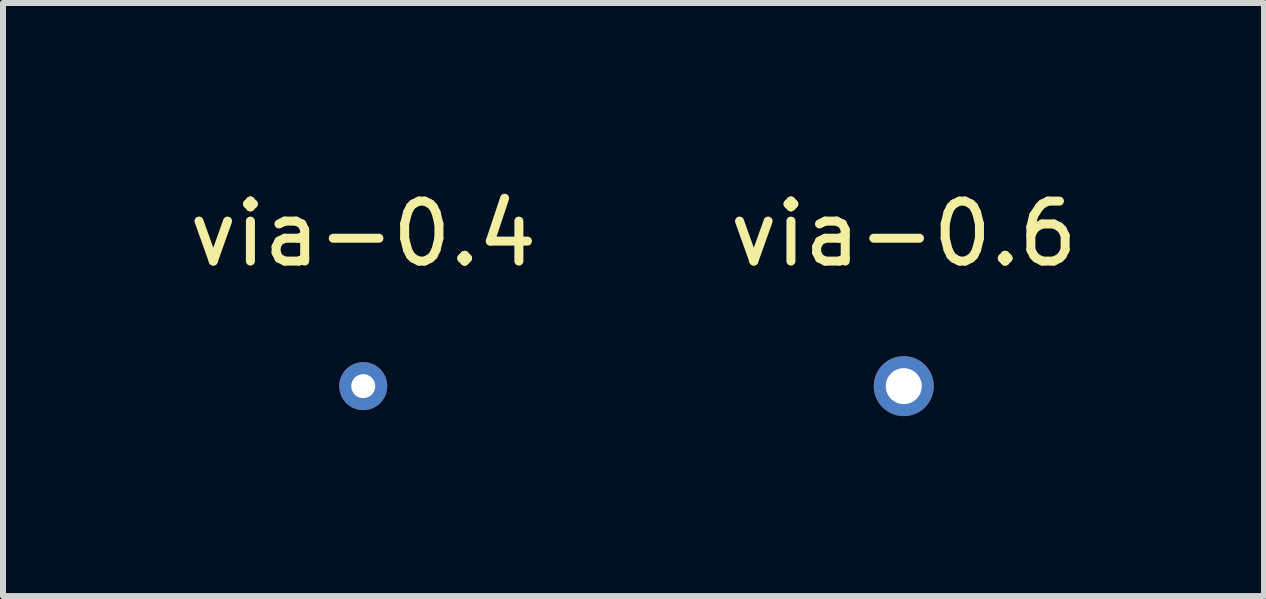
<source format=kicad_pcb>
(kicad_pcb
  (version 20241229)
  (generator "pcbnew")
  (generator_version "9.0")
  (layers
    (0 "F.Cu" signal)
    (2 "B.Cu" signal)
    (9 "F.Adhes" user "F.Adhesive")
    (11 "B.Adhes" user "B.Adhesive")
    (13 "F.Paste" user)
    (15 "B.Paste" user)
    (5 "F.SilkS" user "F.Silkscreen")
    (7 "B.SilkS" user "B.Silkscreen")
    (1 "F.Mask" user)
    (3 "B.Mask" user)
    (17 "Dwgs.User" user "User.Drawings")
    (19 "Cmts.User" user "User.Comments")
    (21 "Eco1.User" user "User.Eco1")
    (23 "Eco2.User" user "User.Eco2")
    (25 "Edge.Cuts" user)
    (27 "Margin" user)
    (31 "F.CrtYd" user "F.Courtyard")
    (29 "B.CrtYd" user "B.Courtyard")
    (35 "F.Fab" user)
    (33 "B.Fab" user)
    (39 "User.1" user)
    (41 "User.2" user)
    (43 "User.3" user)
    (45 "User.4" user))
  (footprint "via-0.6"
    (layer "F.Cu")
    (at 12.018 3.388)
    (property "Reference" "via-0.6" (at 0 -2.54 0) (layer "F.SilkS") (effects (font (size 1 1) (thickness 0.15))))
    (attr through_hole)
    (pad "1" thru_hole circle (at 0 0) (size 1 1) (drill 0.6) (layers "*.Cu")))
  (footprint "via-0.4"
    (layer "F.Cu")
    (at 3.006 3.388)
    (property "Reference" "via-0.4" (at 0 -2.54 0) (layer "F.SilkS") (effects (font (size 1 1) (thickness 0.15))))
    (attr through_hole)
    (pad "1" thru_hole circle (at 0 0) (size 0.8 0.8) (drill 0.4) (layers "*.Cu")))
  (gr_rect
    (start -3 -3)
    (end 18.024 6.888)
    (stroke (width 0.1) (type default))
    (fill no)
    (layer "Edge.Cuts")))
</source>
